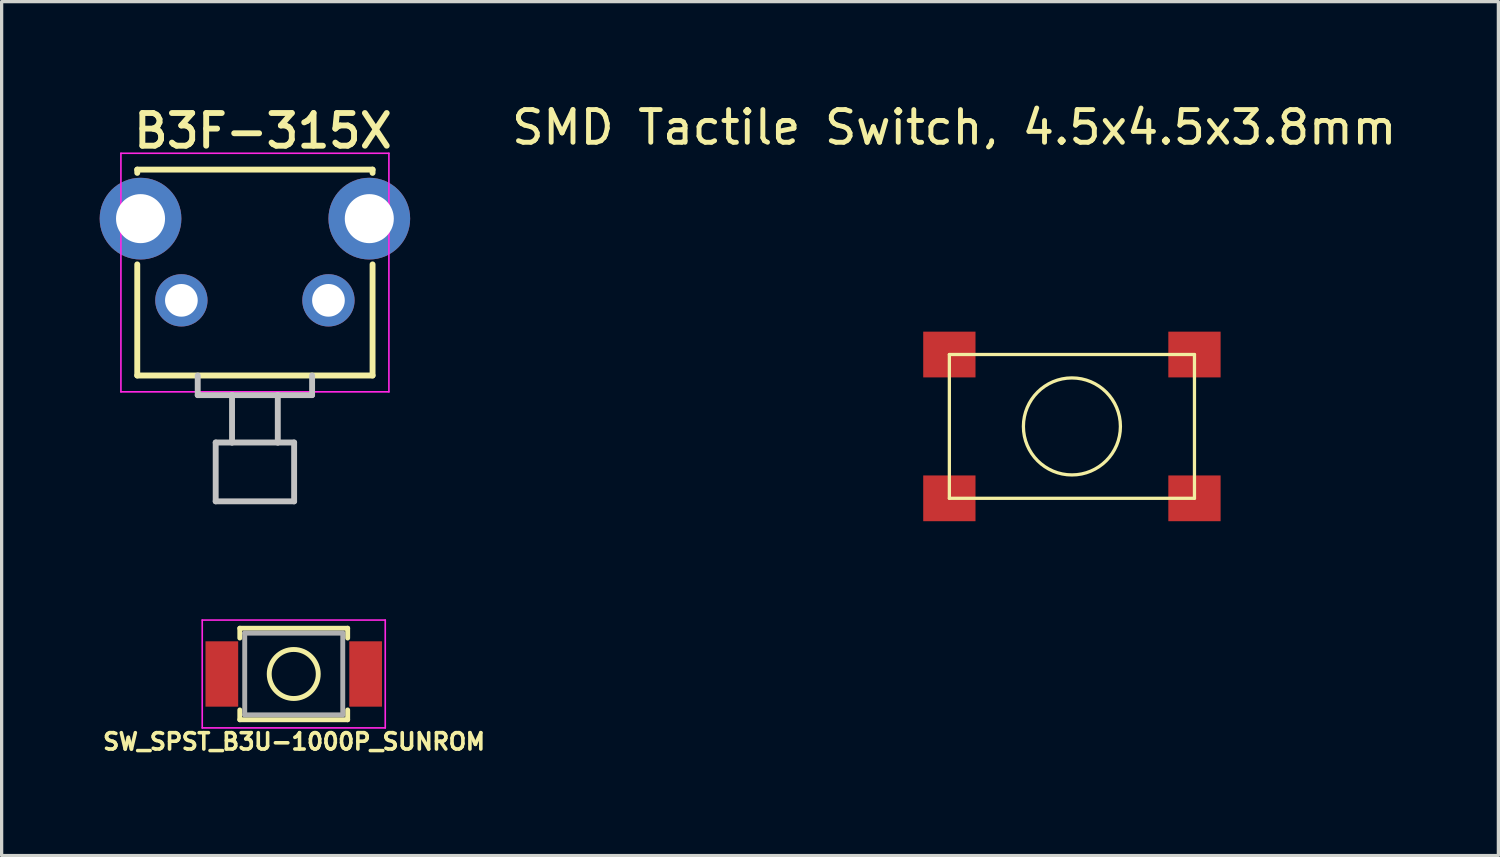
<source format=kicad_pcb>
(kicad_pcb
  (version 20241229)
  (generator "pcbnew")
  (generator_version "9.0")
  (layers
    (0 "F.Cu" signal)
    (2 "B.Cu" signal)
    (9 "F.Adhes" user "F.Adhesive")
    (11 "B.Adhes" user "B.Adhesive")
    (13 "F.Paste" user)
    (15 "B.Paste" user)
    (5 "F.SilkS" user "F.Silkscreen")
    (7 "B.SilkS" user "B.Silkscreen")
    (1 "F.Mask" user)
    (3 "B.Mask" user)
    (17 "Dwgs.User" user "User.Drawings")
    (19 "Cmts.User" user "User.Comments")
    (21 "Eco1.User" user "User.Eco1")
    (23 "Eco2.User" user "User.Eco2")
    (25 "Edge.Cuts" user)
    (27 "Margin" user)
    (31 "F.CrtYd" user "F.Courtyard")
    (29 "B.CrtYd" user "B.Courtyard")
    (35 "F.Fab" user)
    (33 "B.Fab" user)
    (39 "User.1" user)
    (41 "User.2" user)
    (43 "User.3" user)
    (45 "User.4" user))
  (footprint "B3F-315X"
    (layer "F.Cu")
    (at 4.75 6.14)
    (property "Reference" "B3F-315X" (at -3.8 -4.6 0) (layer "F.SilkS") (effects (font (size 1 1) (thickness 0.18)) (justify left bottom)))
    (attr through_hole)
    (fp_line (start -3.6 -4) (end -3.6 -3.9) (stroke (width 0.18) (type solid)) (layer "F.SilkS"))
    (fp_line (start -3.6 -4) (end 3.6 -4) (stroke (width 0.18) (type solid)) (layer "F.SilkS"))
    (fp_line (start -3.6 2.3) (end -3.6 -1.1) (stroke (width 0.18) (type solid)) (layer "F.SilkS"))
    (fp_line (start -3.6 2.3) (end 3.6 2.3) (stroke (width 0.18) (type solid)) (layer "F.SilkS"))
    (fp_line (start 3.6 -4) (end 3.6 -3.9) (stroke (width 0.18) (type solid)) (layer "F.SilkS"))
    (fp_line (start 3.6 2.3) (end 3.6 -1.1) (stroke (width 0.18) (type solid)) (layer "F.SilkS"))
    (fp_line (start -1.75 2.3) (end -1.75 2.9) (stroke (width 0.18) (type solid)) (layer "Dwgs.User"))
    (fp_line (start -1.75 2.9) (end -0.7 2.9) (stroke (width 0.18) (type solid)) (layer "Dwgs.User"))
    (fp_line (start -1.2 4.35) (end -1.2 6.15) (stroke (width 0.18) (type solid)) (layer "Dwgs.User"))
    (fp_line (start -1.2 6.15) (end 1.2 6.15) (stroke (width 0.18) (type solid)) (layer "Dwgs.User"))
    (fp_line (start -0.7 2.9) (end -0.7 4.35) (stroke (width 0.18) (type solid)) (layer "Dwgs.User"))
    (fp_line (start -0.7 2.9) (end 0.7 2.9) (stroke (width 0.18) (type solid)) (layer "Dwgs.User"))
    (fp_line (start -0.7 4.35) (end -1.2 4.35) (stroke (width 0.18) (type solid)) (layer "Dwgs.User"))
    (fp_line (start -0.7 4.35) (end 0.7 4.35) (stroke (width 0.18) (type solid)) (layer "Dwgs.User"))
    (fp_line (start 0.7 2.9) (end 0.7 4.35) (stroke (width 0.18) (type solid)) (layer "Dwgs.User"))
    (fp_line (start 0.7 2.9) (end 1.75 2.9) (stroke (width 0.18) (type solid)) (layer "Dwgs.User"))
    (fp_line (start 1.2 4.35) (end 0.7 4.35) (stroke (width 0.18) (type solid)) (layer "Dwgs.User"))
    (fp_line (start 1.2 6.15) (end 1.2 4.35) (stroke (width 0.18) (type solid)) (layer "Dwgs.User"))
    (fp_line (start 1.75 2.9) (end 1.75 2.3) (stroke (width 0.18) (type solid)) (layer "Dwgs.User"))
    (fp_line (start -4.1 -4.5) (end 4.1 -4.5) (stroke (width 0.05) (type solid)) (layer "F.CrtYd"))
    (fp_line (start -4.1 2.8) (end -4.1 -4.5) (stroke (width 0.05) (type solid)) (layer "F.CrtYd"))
    (fp_line (start 4.1 -4.5) (end 4.1 2.8) (stroke (width 0.05) (type solid)) (layer "F.CrtYd"))
    (fp_line (start 4.1 2.8) (end -4.1 2.8) (stroke (width 0.05) (type solid)) (layer "F.CrtYd"))
    (pad "1" thru_hole circle (at -2.25 0) (size 1.6 1.6) (drill 1) (layers "*.Cu" "*.Mask"))
    (pad "2" thru_hole circle (at 2.25 0) (size 1.6 1.6) (drill 1) (layers "*.Cu" "*.Mask"))
    (pad "GND" thru_hole circle (at -3.5 -2.5) (size 2.5 2.5) (drill 1.5) (layers "*.Cu" "*.Mask"))
    (pad "GND" thru_hole circle (at 3.5 -2.5) (size 2.5 2.5) (drill 1.5) (layers "*.Cu" "*.Mask")))
  (footprint "SMD Tactile Switch, 4.5x4.5x3.8mm"
    (layer "F.Cu")
    (at 25.999 7.798)
    (property "Reference" "SMD Tactile Switch, 4.5x4.5x3.8mm" (at 0.15 -6.95 0) (layer "F.SilkS") (effects (font (size 1 1) (thickness 0.15))))
    (attr through_hole)
    (fp_line (start 0 0) (end 0 4.4) (stroke (width 0.1) (type solid)) (layer "F.SilkS"))
    (fp_line (start 0 4.4) (end 7.5 4.4) (stroke (width 0.1) (type solid)) (layer "F.SilkS"))
    (fp_line (start 7.5 0) (end 0 0) (stroke (width 0.1) (type solid)) (layer "F.SilkS"))
    (fp_line (start 7.5 4.4) (end 7.5 0) (stroke (width 0.1) (type solid)) (layer "F.SilkS"))
    (fp_circle (center 3.75 2.2) (end 5 3) (stroke (width 0.1) (type solid)) (fill no) (layer "F.SilkS"))
    (pad "1" smd rect (at 0 0) (size 1.6 1.4) (layers "F.Cu" "F.Mask" "F.Paste"))
    (pad "2" smd rect (at 7.5 0) (size 1.6 1.4) (layers "F.Cu" "F.Mask" "F.Paste"))
    (pad "3" smd rect (at 0 4.4) (size 1.6 1.4) (layers "F.Cu" "F.Mask" "F.Paste"))
    (pad "4" smd rect (at 7.5 4.4) (size 1.6 1.4) (layers "F.Cu" "F.Mask" "F.Paste")))
  (footprint "SW_SPST_B3U-1000P_SUNROM"
    (layer "F.Cu")
    (at 5.938 17.573)
    (property "Reference" "SW_SPST_B3U-1000P_SUNROM" (at 0.01 2.07 0) (layer "F.SilkS") (effects (font (size 0.5 0.5) (thickness 0.11))))
    (attr smd)
    (fp_line (start -1.65 -1.4) (end 1.65 -1.4) (stroke (width 0.15) (type solid)) (layer "F.SilkS"))
    (fp_line (start -1.65 -1.1) (end -1.65 -1.4) (stroke (width 0.15) (type solid)) (layer "F.SilkS"))
    (fp_line (start -1.65 1.1) (end -1.65 1.4) (stroke (width 0.15) (type solid)) (layer "F.SilkS"))
    (fp_line (start -1.65 1.4) (end 1.65 1.4) (stroke (width 0.15) (type solid)) (layer "F.SilkS"))
    (fp_line (start 1.65 -1.4) (end 1.65 -1.1) (stroke (width 0.15) (type solid)) (layer "F.SilkS"))
    (fp_line (start 1.65 1.4) (end 1.65 1.1) (stroke (width 0.15) (type solid)) (layer "F.SilkS"))
    (fp_circle (center 0 0) (end 0.75 0) (stroke (width 0.15) (type solid)) (fill no) (layer "F.SilkS"))
    (fp_line (start -2.8 -1.65) (end -2.8 1.65) (stroke (width 0.05) (type solid)) (layer "F.CrtYd"))
    (fp_line (start -2.8 1.65) (end 2.8 1.65) (stroke (width 0.05) (type solid)) (layer "F.CrtYd"))
    (fp_line (start 2.8 -1.65) (end -2.8 -1.65) (stroke (width 0.05) (type solid)) (layer "F.CrtYd"))
    (fp_line (start 2.8 1.65) (end 2.8 -1.65) (stroke (width 0.05) (type solid)) (layer "F.CrtYd"))
    (fp_line (start -1.5 -1.25) (end 1.5 -1.25) (stroke (width 0.15) (type solid)) (layer "F.Fab"))
    (fp_line (start -1.5 1.25) (end -1.5 -1.25) (stroke (width 0.15) (type solid)) (layer "F.Fab"))
    (fp_line (start 1.5 -1.25) (end 1.5 1.25) (stroke (width 0.15) (type solid)) (layer "F.Fab"))
    (fp_line (start 1.5 1.25) (end -1.5 1.25) (stroke (width 0.15) (type solid)) (layer "F.Fab"))
    (pad "1" smd rect (at -2.2 0) (size 1 2) (layers "F.Cu" "F.Mask" "F.Paste"))
    (pad "2" smd rect (at 2.2 0) (size 1 2) (layers "F.Cu" "F.Mask" "F.Paste")))
  (gr_rect
    (start -3 -3)
    (end 42.798 23.129)
    (stroke (width 0.1) (type default))
    (fill no)
    (layer "Edge.Cuts")))
</source>
